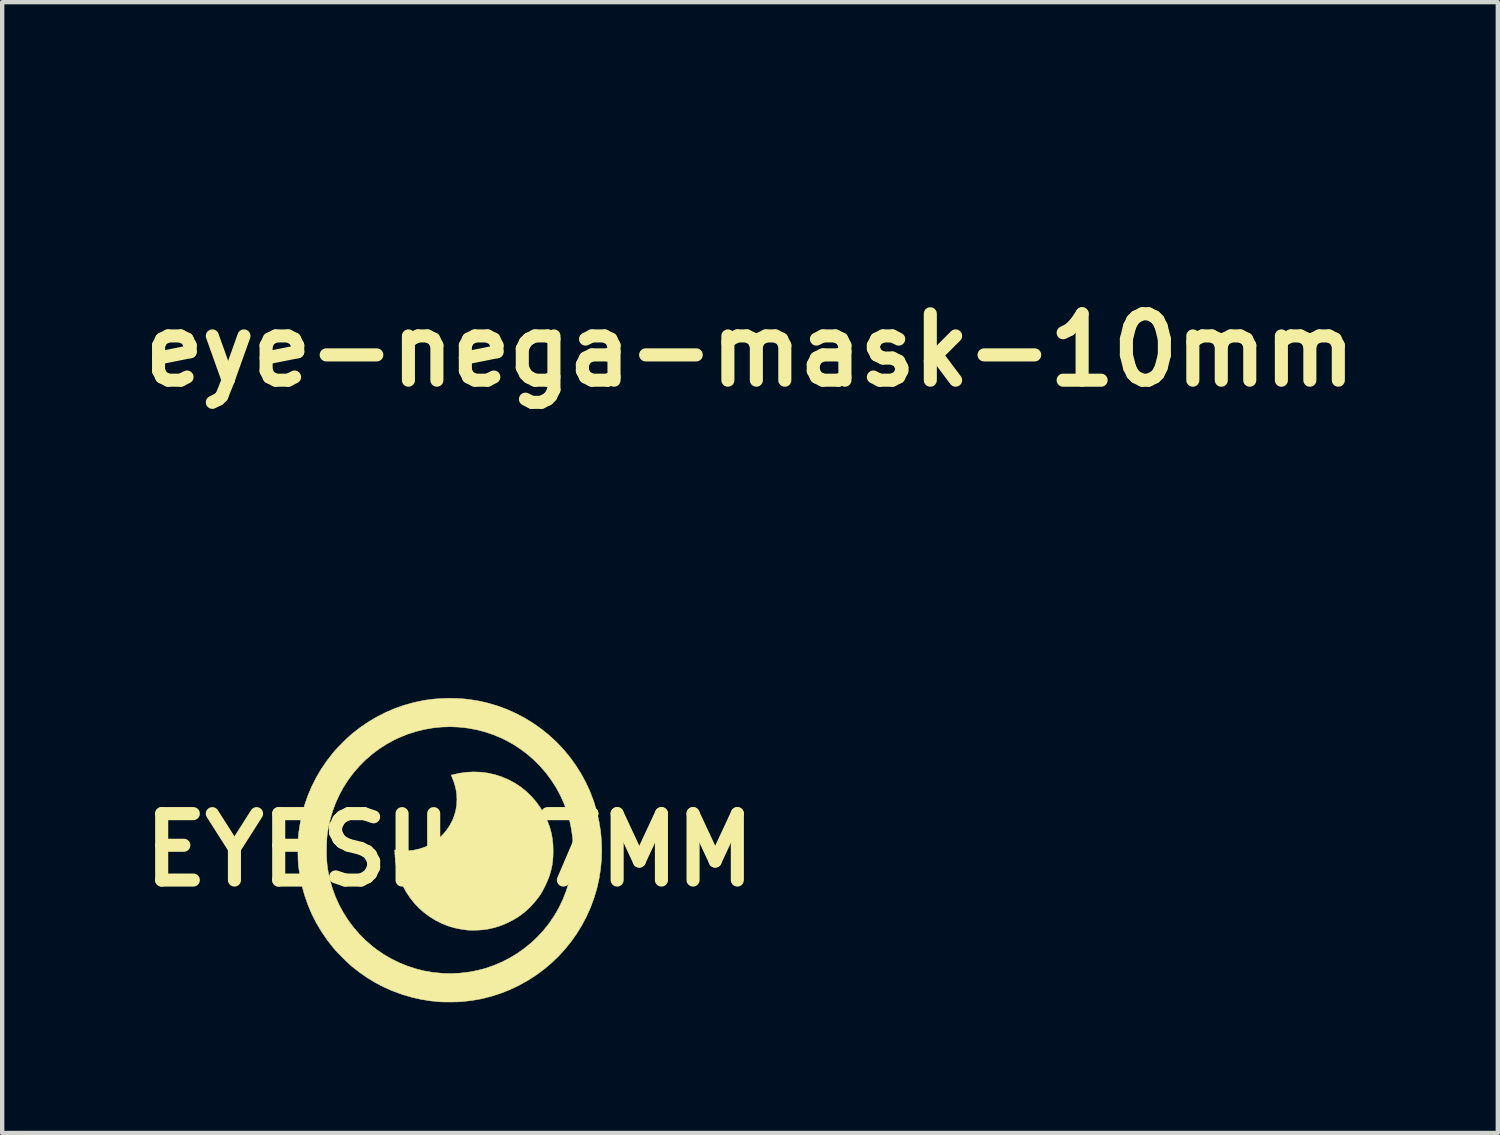
<source format=kicad_pcb>
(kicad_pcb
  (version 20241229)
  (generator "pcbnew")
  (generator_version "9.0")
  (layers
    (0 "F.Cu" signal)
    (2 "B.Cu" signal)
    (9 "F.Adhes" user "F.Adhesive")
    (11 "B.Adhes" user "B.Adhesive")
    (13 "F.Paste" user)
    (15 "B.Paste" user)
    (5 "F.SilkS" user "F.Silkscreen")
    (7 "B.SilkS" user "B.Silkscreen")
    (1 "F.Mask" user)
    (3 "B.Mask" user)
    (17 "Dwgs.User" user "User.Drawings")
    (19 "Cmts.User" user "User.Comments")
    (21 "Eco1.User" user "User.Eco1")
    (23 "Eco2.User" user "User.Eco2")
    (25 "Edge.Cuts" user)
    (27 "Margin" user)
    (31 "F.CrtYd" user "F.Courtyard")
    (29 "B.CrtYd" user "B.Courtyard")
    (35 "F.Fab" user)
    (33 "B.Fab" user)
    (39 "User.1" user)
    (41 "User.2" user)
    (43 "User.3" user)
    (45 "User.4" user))
  (footprint "EYESILK7MM"
    (layer "F.Cu")
    (at 7.264 16.453)
    (property "Reference" "EYESILK7MM" (at 0 0 0) (layer "F.SilkS") (effects (font (size 1.524 1.524) (thickness 0.3))))
    (attr through_hole)
    (fp_poly (pts (xy 0.717 -1.786) (xy 0.875 -1.766) (xy 0.896 -1.762) (xy 1.057 -1.725) (xy 1.212 -1.673) (xy 1.361 -1.609) (xy 1.502 -1.533) (xy 1.636 -1.444) (xy 1.761 -1.344) (xy 1.877 -1.232) (xy 1.983 -1.11) (xy 2.078 -0.979) (xy 2.163 -0.837) (xy 2.195 -0.774) (xy 2.254 -0.645) (xy 2.301 -0.517) (xy 2.336 -0.39) (xy 2.36 -0.258) (xy 2.374 -0.121) (xy 2.378 0.019) (xy 2.376 0.136) (xy 2.368 0.243) (xy 2.355 0.345) (xy 2.334 0.444) (xy 2.306 0.546) (xy 2.29 0.596) (xy 2.269 0.653) (xy 2.242 0.719) (xy 2.21 0.789) (xy 2.176 0.858) (xy 2.142 0.925) (xy 2.109 0.983) (xy 2.086 1.02) (xy 2.032 1.097) (xy 1.968 1.177) (xy 1.898 1.257) (xy 1.825 1.333) (xy 1.752 1.4) (xy 1.707 1.438) (xy 1.584 1.529) (xy 1.451 1.609) (xy 1.312 1.679) (xy 1.168 1.738) (xy 1.021 1.784) (xy 0.874 1.816) (xy 0.814 1.825) (xy 0.752 1.832) (xy 0.682 1.837) (xy 0.607 1.84) (xy 0.533 1.841) (xy 0.465 1.84) (xy 0.418 1.838) (xy 0.319 1.826) (xy 0.213 1.808) (xy 0.106 1.784) (xy 0.004 1.755) (xy -0.042 1.74) (xy -0.183 1.683) (xy -0.321 1.613) (xy -0.454 1.531) (xy -0.578 1.439) (xy -0.694 1.338) (xy -0.798 1.23) (xy -0.805 1.222) (xy -0.91 1.089) (xy -1.001 0.951) (xy -1.078 0.807) (xy -1.141 0.658) (xy -1.191 0.503) (xy -1.226 0.343) (xy -1.247 0.177) (xy -1.253 0.102) (xy -1.257 -0.002) (xy -1.228 0.002) (xy -1.124 0.016) (xy -1.025 0.02) (xy -0.928 0.016) (xy -0.824 0.004) (xy -0.802 -0.000198) (xy -0.678 -0.029) (xy -0.558 -0.071) (xy -0.444 -0.126) (xy -0.337 -0.194) (xy -0.237 -0.272) (xy -0.146 -0.361) (xy -0.064 -0.459) (xy 0.007 -0.566) (xy 0.067 -0.681) (xy 0.108 -0.783) (xy 0.143 -0.907) (xy 0.164 -1.034) (xy 0.17 -1.163) (xy 0.163 -1.293) (xy 0.141 -1.422) (xy 0.105 -1.55) (xy 0.076 -1.627) (xy 0.039 -1.718) (xy 0.066 -1.725) (xy 0.229 -1.762) (xy 0.392 -1.784) (xy 0.555 -1.792) (xy 0.717 -1.786)) (stroke (width 0.01) (type solid)) (fill yes) (layer "F.SilkS"))
    (fp_poly (pts (xy 0.159 -3.478) (xy 0.335 -3.467) (xy 0.452 -3.454) (xy 0.673 -3.419) (xy 0.892 -3.369) (xy 1.106 -3.305) (xy 1.316 -3.227) (xy 1.52 -3.136) (xy 1.719 -3.032) (xy 1.91 -2.915) (xy 2.094 -2.786) (xy 2.27 -2.645) (xy 2.438 -2.493) (xy 2.469 -2.462) (xy 2.626 -2.295) (xy 2.77 -2.119) (xy 2.903 -1.934) (xy 3.023 -1.742) (xy 3.131 -1.542) (xy 3.226 -1.335) (xy 3.307 -1.122) (xy 3.316 -1.093) (xy 3.38 -0.879) (xy 3.429 -0.661) (xy 3.465 -0.441) (xy 3.486 -0.218) (xy 3.493 0.005) (xy 3.486 0.229) (xy 3.464 0.452) (xy 3.429 0.672) (xy 3.379 0.89) (xy 3.316 1.101) (xy 3.237 1.314) (xy 3.145 1.521) (xy 3.04 1.721) (xy 2.923 1.912) (xy 2.794 2.096) (xy 2.654 2.27) (xy 2.503 2.435) (xy 2.341 2.591) (xy 2.169 2.736) (xy 1.988 2.87) (xy 1.798 2.992) (xy 1.599 3.103) (xy 1.576 3.115) (xy 1.372 3.211) (xy 1.164 3.292) (xy 0.954 3.359) (xy 0.74 3.413) (xy 0.52 3.452) (xy 0.294 3.479) (xy 0.266 3.481) (xy 0.232 3.483) (xy 0.187 3.485) (xy 0.133 3.486) (xy 0.074 3.487) (xy 0.012 3.487) (xy -0.05 3.487) (xy -0.108 3.487) (xy -0.159 3.486) (xy -0.201 3.485) (xy -0.224 3.484) (xy -0.438 3.462) (xy -0.646 3.429) (xy -0.851 3.383) (xy -1.055 3.324) (xy -1.098 3.31) (xy -1.307 3.233) (xy -1.507 3.145) (xy -1.7 3.045) (xy -1.887 2.931) (xy -2.069 2.805) (xy -2.234 2.675) (xy -2.277 2.638) (xy -2.327 2.592) (xy -2.382 2.54) (xy -2.439 2.484) (xy -2.497 2.426) (xy -2.552 2.369) (xy -2.602 2.316) (xy -2.645 2.268) (xy -2.668 2.241) (xy -2.811 2.058) (xy -2.94 1.868) (xy -3.056 1.673) (xy -3.158 1.473) (xy -3.246 1.266) (xy -3.321 1.052) (xy -3.382 0.833) (xy -3.43 0.607) (xy -3.464 0.377) (xy -3.469 0.324) (xy -3.473 0.259) (xy -3.476 0.185) (xy -3.477 0.104) (xy -3.478 0.075) (xy -2.822 0.075) (xy -2.819 0.188) (xy -2.812 0.294) (xy -2.801 0.396) (xy -2.784 0.498) (xy -2.763 0.603) (xy -2.741 0.697) (xy -2.684 0.892) (xy -2.614 1.081) (xy -2.531 1.264) (xy -2.434 1.441) (xy -2.326 1.611) (xy -2.205 1.773) (xy -2.073 1.926) (xy -1.93 2.07) (xy -1.776 2.204) (xy -1.677 2.281) (xy -1.51 2.395) (xy -1.335 2.497) (xy -1.154 2.586) (xy -0.967 2.662) (xy -0.776 2.725) (xy -0.58 2.774) (xy -0.382 2.808) (xy -0.181 2.828) (xy -0.131 2.831) (xy -0.043 2.833) (xy 0.041 2.834) (xy 0.126 2.831) (xy 0.218 2.826) (xy 0.254 2.823) (xy 0.449 2.8) (xy 0.642 2.763) (xy 0.832 2.713) (xy 1.018 2.648) (xy 1.199 2.571) (xy 1.375 2.481) (xy 1.545 2.379) (xy 1.707 2.265) (xy 1.862 2.141) (xy 2.007 2.005) (xy 2.144 1.86) (xy 2.269 1.704) (xy 2.306 1.654) (xy 2.42 1.483) (xy 2.52 1.306) (xy 2.606 1.123) (xy 2.679 0.935) (xy 2.739 0.744) (xy 2.785 0.548) (xy 2.816 0.351) (xy 2.834 0.151) (xy 2.837 -0.05) (xy 2.827 -0.252) (xy 2.801 -0.453) (xy 2.761 -0.653) (xy 2.749 -0.702) (xy 2.691 -0.896) (xy 2.62 -1.085) (xy 2.536 -1.267) (xy 2.44 -1.443) (xy 2.331 -1.611) (xy 2.211 -1.771) (xy 2.081 -1.922) (xy 1.94 -2.064) (xy 1.789 -2.195) (xy 1.629 -2.316) (xy 1.461 -2.426) (xy 1.284 -2.523) (xy 1.188 -2.57) (xy 0.999 -2.648) (xy 0.806 -2.712) (xy 0.611 -2.762) (xy 0.412 -2.798) (xy 0.213 -2.82) (xy 0.012 -2.828) (xy -0.188 -2.821) (xy -0.387 -2.8) (xy -0.586 -2.765) (xy -0.781 -2.716) (xy -0.974 -2.653) (xy -1.163 -2.576) (xy -1.269 -2.526) (xy -1.447 -2.428) (xy -1.617 -2.318) (xy -1.778 -2.198) (xy -1.929 -2.066) (xy -2.07 -1.925) (xy -2.201 -1.774) (xy -2.321 -1.614) (xy -2.429 -1.447) (xy -2.525 -1.272) (xy -2.609 -1.089) (xy -2.679 -0.901) (xy -2.737 -0.707) (xy -2.771 -0.557) (xy -2.784 -0.487) (xy -2.795 -0.425) (xy -2.804 -0.367) (xy -2.81 -0.311) (xy -2.815 -0.252) (xy -2.818 -0.188) (xy -2.82 -0.115) (xy -2.822 -0.049) (xy -2.822 0.075) (xy -3.478 0.075) (xy -3.478 0.02) (xy -3.478 -0.064) (xy -3.476 -0.147) (xy -3.474 -0.224) (xy -3.47 -0.293) (xy -3.466 -0.351) (xy -3.464 -0.37) (xy -3.429 -0.603) (xy -3.381 -0.828) (xy -3.32 -1.048) (xy -3.245 -1.261) (xy -3.157 -1.467) (xy -3.055 -1.668) (xy -2.939 -1.863) (xy -2.81 -2.052) (xy -2.668 -2.234) (xy -2.631 -2.277) (xy -2.585 -2.327) (xy -2.533 -2.382) (xy -2.476 -2.439) (xy -2.419 -2.497) (xy -2.362 -2.552) (xy -2.308 -2.602) (xy -2.26 -2.645) (xy -2.234 -2.668) (xy -2.05 -2.811) (xy -1.86 -2.94) (xy -1.664 -3.056) (xy -1.461 -3.159) (xy -1.253 -3.248) (xy -1.039 -3.323) (xy -0.821 -3.384) (xy -0.597 -3.431) (xy -0.542 -3.44) (xy -0.375 -3.462) (xy -0.2 -3.475) (xy -0.02 -3.481) (xy 0.159 -3.478)) (stroke (width 0.01) (type solid)) (fill yes) (layer "F.SilkS")))
  (footprint "eye-nega-mask-10mm"
    (layer "F.Cu")
    (at 14.159 4.984)
    (property "Reference" "eye-nega-mask-10mm" (at 0 0 0) (layer "F.SilkS") (effects (font (size 1.524 1.524) (thickness 0.3))))
    (attr through_hole)
    (fp_poly (pts (xy 0.039 -4.978) (xy 0.149 -4.976) (xy 0.257 -4.973) (xy 0.358 -4.969) (xy 0.449 -4.963) (xy 0.525 -4.957) (xy 0.537 -4.956) (xy 0.853 -4.911) (xy 1.163 -4.847) (xy 1.466 -4.765) (xy 1.761 -4.665) (xy 2.049 -4.547) (xy 2.327 -4.412) (xy 2.597 -4.259) (xy 2.857 -4.089) (xy 3.107 -3.902) (xy 3.346 -3.698) (xy 3.526 -3.526) (xy 3.741 -3.298) (xy 3.941 -3.057) (xy 4.124 -2.806) (xy 4.29 -2.544) (xy 4.44 -2.274) (xy 4.573 -1.995) (xy 4.688 -1.708) (xy 4.784 -1.415) (xy 4.862 -1.116) (xy 4.921 -0.811) (xy 4.935 -0.722) (xy 4.968 -0.426) (xy 4.983 -0.126) (xy 4.982 0.175) (xy 4.963 0.475) (xy 4.927 0.77) (xy 4.874 1.058) (xy 4.865 1.096) (xy 4.788 1.394) (xy 4.692 1.688) (xy 4.579 1.975) (xy 4.448 2.254) (xy 4.301 2.524) (xy 4.139 2.782) (xy 3.961 3.029) (xy 3.946 3.048) (xy 3.786 3.242) (xy 3.614 3.432) (xy 3.432 3.614) (xy 3.246 3.783) (xy 3.067 3.931) (xy 2.828 4.105) (xy 2.577 4.266) (xy 2.315 4.414) (xy 2.047 4.545) (xy 1.775 4.659) (xy 1.589 4.726) (xy 1.33 4.804) (xy 1.06 4.87) (xy 0.785 4.921) (xy 0.509 4.957) (xy 0.364 4.97) (xy 0.299 4.974) (xy 0.22 4.976) (xy 0.13 4.978) (xy 0.033 4.979) (xy -0.065 4.978) (xy -0.16 4.977) (xy -0.248 4.975) (xy -0.324 4.972) (xy -0.374 4.969) (xy -0.687 4.935) (xy -0.995 4.882) (xy -1.298 4.81) (xy -1.596 4.719) (xy -1.887 4.61) (xy -2.171 4.482) (xy -2.448 4.335) (xy -2.718 4.171) (xy -2.979 3.989) (xy -3.197 3.817) (xy -3.246 3.775) (xy -3.305 3.721) (xy -3.371 3.659) (xy -3.442 3.59) (xy -3.515 3.518) (xy -3.587 3.445) (xy -3.656 3.375) (xy -3.717 3.31) (xy -3.769 3.253) (xy -3.804 3.212) (xy -4.003 2.958) (xy -4.184 2.696) (xy -4.346 2.426) (xy -4.49 2.148) (xy -4.615 1.863) (xy -4.723 1.57) (xy -4.811 1.27) (xy -4.881 0.963) (xy -4.933 0.649) (xy -4.96 0.393) (xy -4.964 0.337) (xy -4.966 0.265) (xy -4.968 0.182) (xy -4.969 0.126) (xy -2.135 0.126) (xy -2.128 0.254) (xy -2.105 0.505) (xy -2.062 0.753) (xy -2 0.997) (xy -1.932 1.2) (xy -1.905 1.267) (xy -1.87 1.346) (xy -1.83 1.432) (xy -1.786 1.521) (xy -1.742 1.607) (xy -1.699 1.687) (xy -1.66 1.754) (xy -1.648 1.773) (xy -1.508 1.978) (xy -1.351 2.17) (xy -1.181 2.35) (xy -0.998 2.516) (xy -0.804 2.667) (xy -0.598 2.802) (xy -0.388 2.917) (xy -0.16 3.021) (xy 0.071 3.106) (xy 0.305 3.173) (xy 0.547 3.221) (xy 0.742 3.247) (xy 0.792 3.25) (xy 0.858 3.252) (xy 0.936 3.253) (xy 1.021 3.252) (xy 1.108 3.25) (xy 1.195 3.247) (xy 1.277 3.243) (xy 1.349 3.238) (xy 1.404 3.232) (xy 1.653 3.192) (xy 1.895 3.133) (xy 2.13 3.057) (xy 2.356 2.964) (xy 2.573 2.854) (xy 2.78 2.729) (xy 2.977 2.588) (xy 3.162 2.434) (xy 3.335 2.265) (xy 3.494 2.083) (xy 3.64 1.889) (xy 3.772 1.682) (xy 3.888 1.465) (xy 3.987 1.236) (xy 4.033 1.112) (xy 4.104 0.877) (xy 4.156 0.637) (xy 4.189 0.392) (xy 4.203 0.144) (xy 4.198 -0.104) (xy 4.174 -0.353) (xy 4.163 -0.426) (xy 4.115 -0.667) (xy 4.048 -0.901) (xy 3.964 -1.128) (xy 3.864 -1.347) (xy 3.747 -1.556) (xy 3.615 -1.756) (xy 3.469 -1.945) (xy 3.309 -2.123) (xy 3.137 -2.288) (xy 2.952 -2.44) (xy 2.756 -2.578) (xy 2.55 -2.701) (xy 2.335 -2.809) (xy 2.11 -2.9) (xy 1.877 -2.973) (xy 1.669 -3.023) (xy 1.562 -3.043) (xy 1.465 -3.059) (xy 1.37 -3.07) (xy 1.273 -3.077) (xy 1.167 -3.081) (xy 1.051 -3.082) (xy 0.942 -3.081) (xy 0.848 -3.078) (xy 0.764 -3.073) (xy 0.684 -3.066) (xy 0.604 -3.055) (xy 0.551 -3.047) (xy 0.49 -3.036) (xy 0.548 -2.915) (xy 0.625 -2.735) (xy 0.686 -2.548) (xy 0.732 -2.352) (xy 0.744 -2.286) (xy 0.753 -2.209) (xy 0.76 -2.117) (xy 0.763 -2.016) (xy 0.762 -1.911) (xy 0.759 -1.808) (xy 0.752 -1.712) (xy 0.743 -1.628) (xy 0.738 -1.601) (xy 0.692 -1.39) (xy 0.628 -1.19) (xy 0.547 -1) (xy 0.449 -0.82) (xy 0.333 -0.649) (xy 0.2 -0.488) (xy 0.15 -0.434) (xy 0.001 -0.294) (xy -0.16 -0.167) (xy -0.332 -0.057) (xy -0.513 0.037) (xy -0.7 0.114) (xy -0.883 0.169) (xy -0.979 0.192) (xy -1.065 0.209) (xy -1.15 0.221) (xy -1.237 0.228) (xy -1.333 0.232) (xy -1.429 0.233) (xy -1.535 0.232) (xy -1.629 0.228) (xy -1.716 0.22) (xy -1.803 0.207) (xy -1.892 0.19) (xy -1.99 0.166) (xy -2.102 0.136) (xy -2.111 0.133) (xy -2.135 0.126) (xy -4.969 0.126) (xy -4.97 0.09) (xy -4.97 -0.005) (xy -4.969 -0.101) (xy -4.968 -0.192) (xy -4.966 -0.274) (xy -4.963 -0.345) (xy -4.96 -0.393) (xy -4.934 -0.638) (xy -4.899 -0.872) (xy -4.851 -1.105) (xy -4.824 -1.22) (xy -4.739 -1.518) (xy -4.636 -1.81) (xy -4.515 -2.094) (xy -4.377 -2.369) (xy -4.222 -2.636) (xy -4.051 -2.892) (xy -3.864 -3.137) (xy -3.661 -3.371) (xy -3.444 -3.593) (xy -3.213 -3.802) (xy -2.969 -3.997) (xy -2.834 -4.093) (xy -2.571 -4.265) (xy -2.3 -4.418) (xy -2.02 -4.554) (xy -1.732 -4.671) (xy -1.436 -4.77) (xy -1.134 -4.85) (xy -0.825 -4.912) (xy -0.509 -4.956) (xy -0.334 -4.971) (xy -0.259 -4.975) (xy -0.169 -4.978) (xy -0.068 -4.979) (xy 0.039 -4.978)) (stroke (width 0.01) (type solid)) (fill yes) (layer "F.Mask")))
  (gr_rect
    (start -3 -3)
    (end 31.317 22.946)
    (stroke (width 0.1) (type default))
    (fill no)
    (layer "Edge.Cuts")))
</source>
